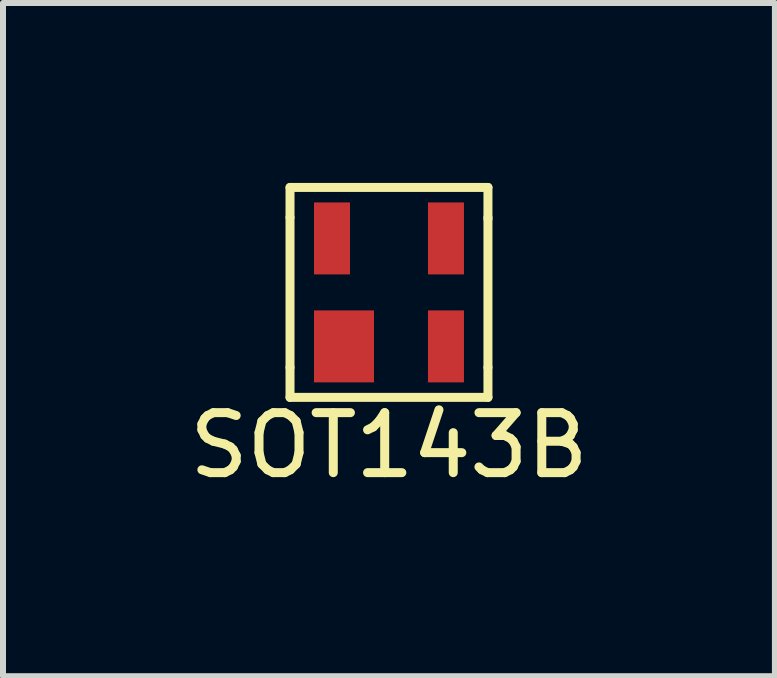
<source format=kicad_pcb>
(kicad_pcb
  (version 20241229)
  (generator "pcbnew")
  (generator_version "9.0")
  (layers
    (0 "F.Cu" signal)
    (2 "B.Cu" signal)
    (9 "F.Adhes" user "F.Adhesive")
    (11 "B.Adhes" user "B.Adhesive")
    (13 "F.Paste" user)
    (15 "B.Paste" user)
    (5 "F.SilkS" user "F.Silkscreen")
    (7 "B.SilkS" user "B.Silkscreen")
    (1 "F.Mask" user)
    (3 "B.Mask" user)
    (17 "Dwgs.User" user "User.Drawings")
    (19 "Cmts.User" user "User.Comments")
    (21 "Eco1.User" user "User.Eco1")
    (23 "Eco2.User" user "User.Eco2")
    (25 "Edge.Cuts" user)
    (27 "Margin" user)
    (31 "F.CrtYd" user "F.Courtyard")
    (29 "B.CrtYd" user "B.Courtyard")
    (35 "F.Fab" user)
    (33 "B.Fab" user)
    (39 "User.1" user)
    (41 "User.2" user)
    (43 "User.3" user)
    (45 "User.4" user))
  (footprint "SOT143B"
    (layer "F.Cu")
    (at 3.435 1.825)
    (property "Reference" "SOT143B" (at 0 2.55 0) (layer "F.SilkS") (effects (font (size 1 1) (thickness 0.15))))
    (attr through_hole)
    (fp_line (start -1.65 -1.75) (end -1.65 -1.25) (stroke (width 0.15) (type solid)) (layer "F.SilkS"))
    (fp_line (start -1.65 1.25) (end -1.65 -1.25) (stroke (width 0.15) (type solid)) (layer "F.SilkS"))
    (fp_line (start -1.65 1.25) (end -1.65 1.75) (stroke (width 0.15) (type solid)) (layer "F.SilkS"))
    (fp_line (start -1.65 1.75) (end 1.65 1.75) (stroke (width 0.15) (type solid)) (layer "F.SilkS"))
    (fp_line (start 1.65 -1.75) (end -1.65 -1.75) (stroke (width 0.15) (type solid)) (layer "F.SilkS"))
    (fp_line (start 1.65 -1.25) (end 1.65 1.25) (stroke (width 0.15) (type solid)) (layer "F.SilkS"))
    (fp_line (start 1.65 -1.225) (end 1.65 -1.75) (stroke (width 0.15) (type solid)) (layer "F.SilkS"))
    (fp_line (start 1.65 1.75) (end 1.65 1.25) (stroke (width 0.15) (type solid)) (layer "F.SilkS"))
    (pad "1" smd rect (at -0.75 0.9) (size 1 1.2) (layers "F.Cu" "F.Mask" "F.Paste"))
    (pad "2" smd rect (at 0.95 0.9) (size 0.6 1.2) (layers "F.Cu" "F.Mask" "F.Paste"))
    (pad "3" smd rect (at 0.95 -0.9) (size 0.6 1.2) (layers "F.Cu" "F.Mask" "F.Paste"))
    (pad "4" smd rect (at -0.95 -0.9) (size 0.6 1.2) (layers "F.Cu" "F.Mask" "F.Paste")))
  (gr_rect
    (start -3 -3)
    (end 9.869 8.223)
    (stroke (width 0.1) (type default))
    (fill no)
    (layer "Edge.Cuts")))
</source>
